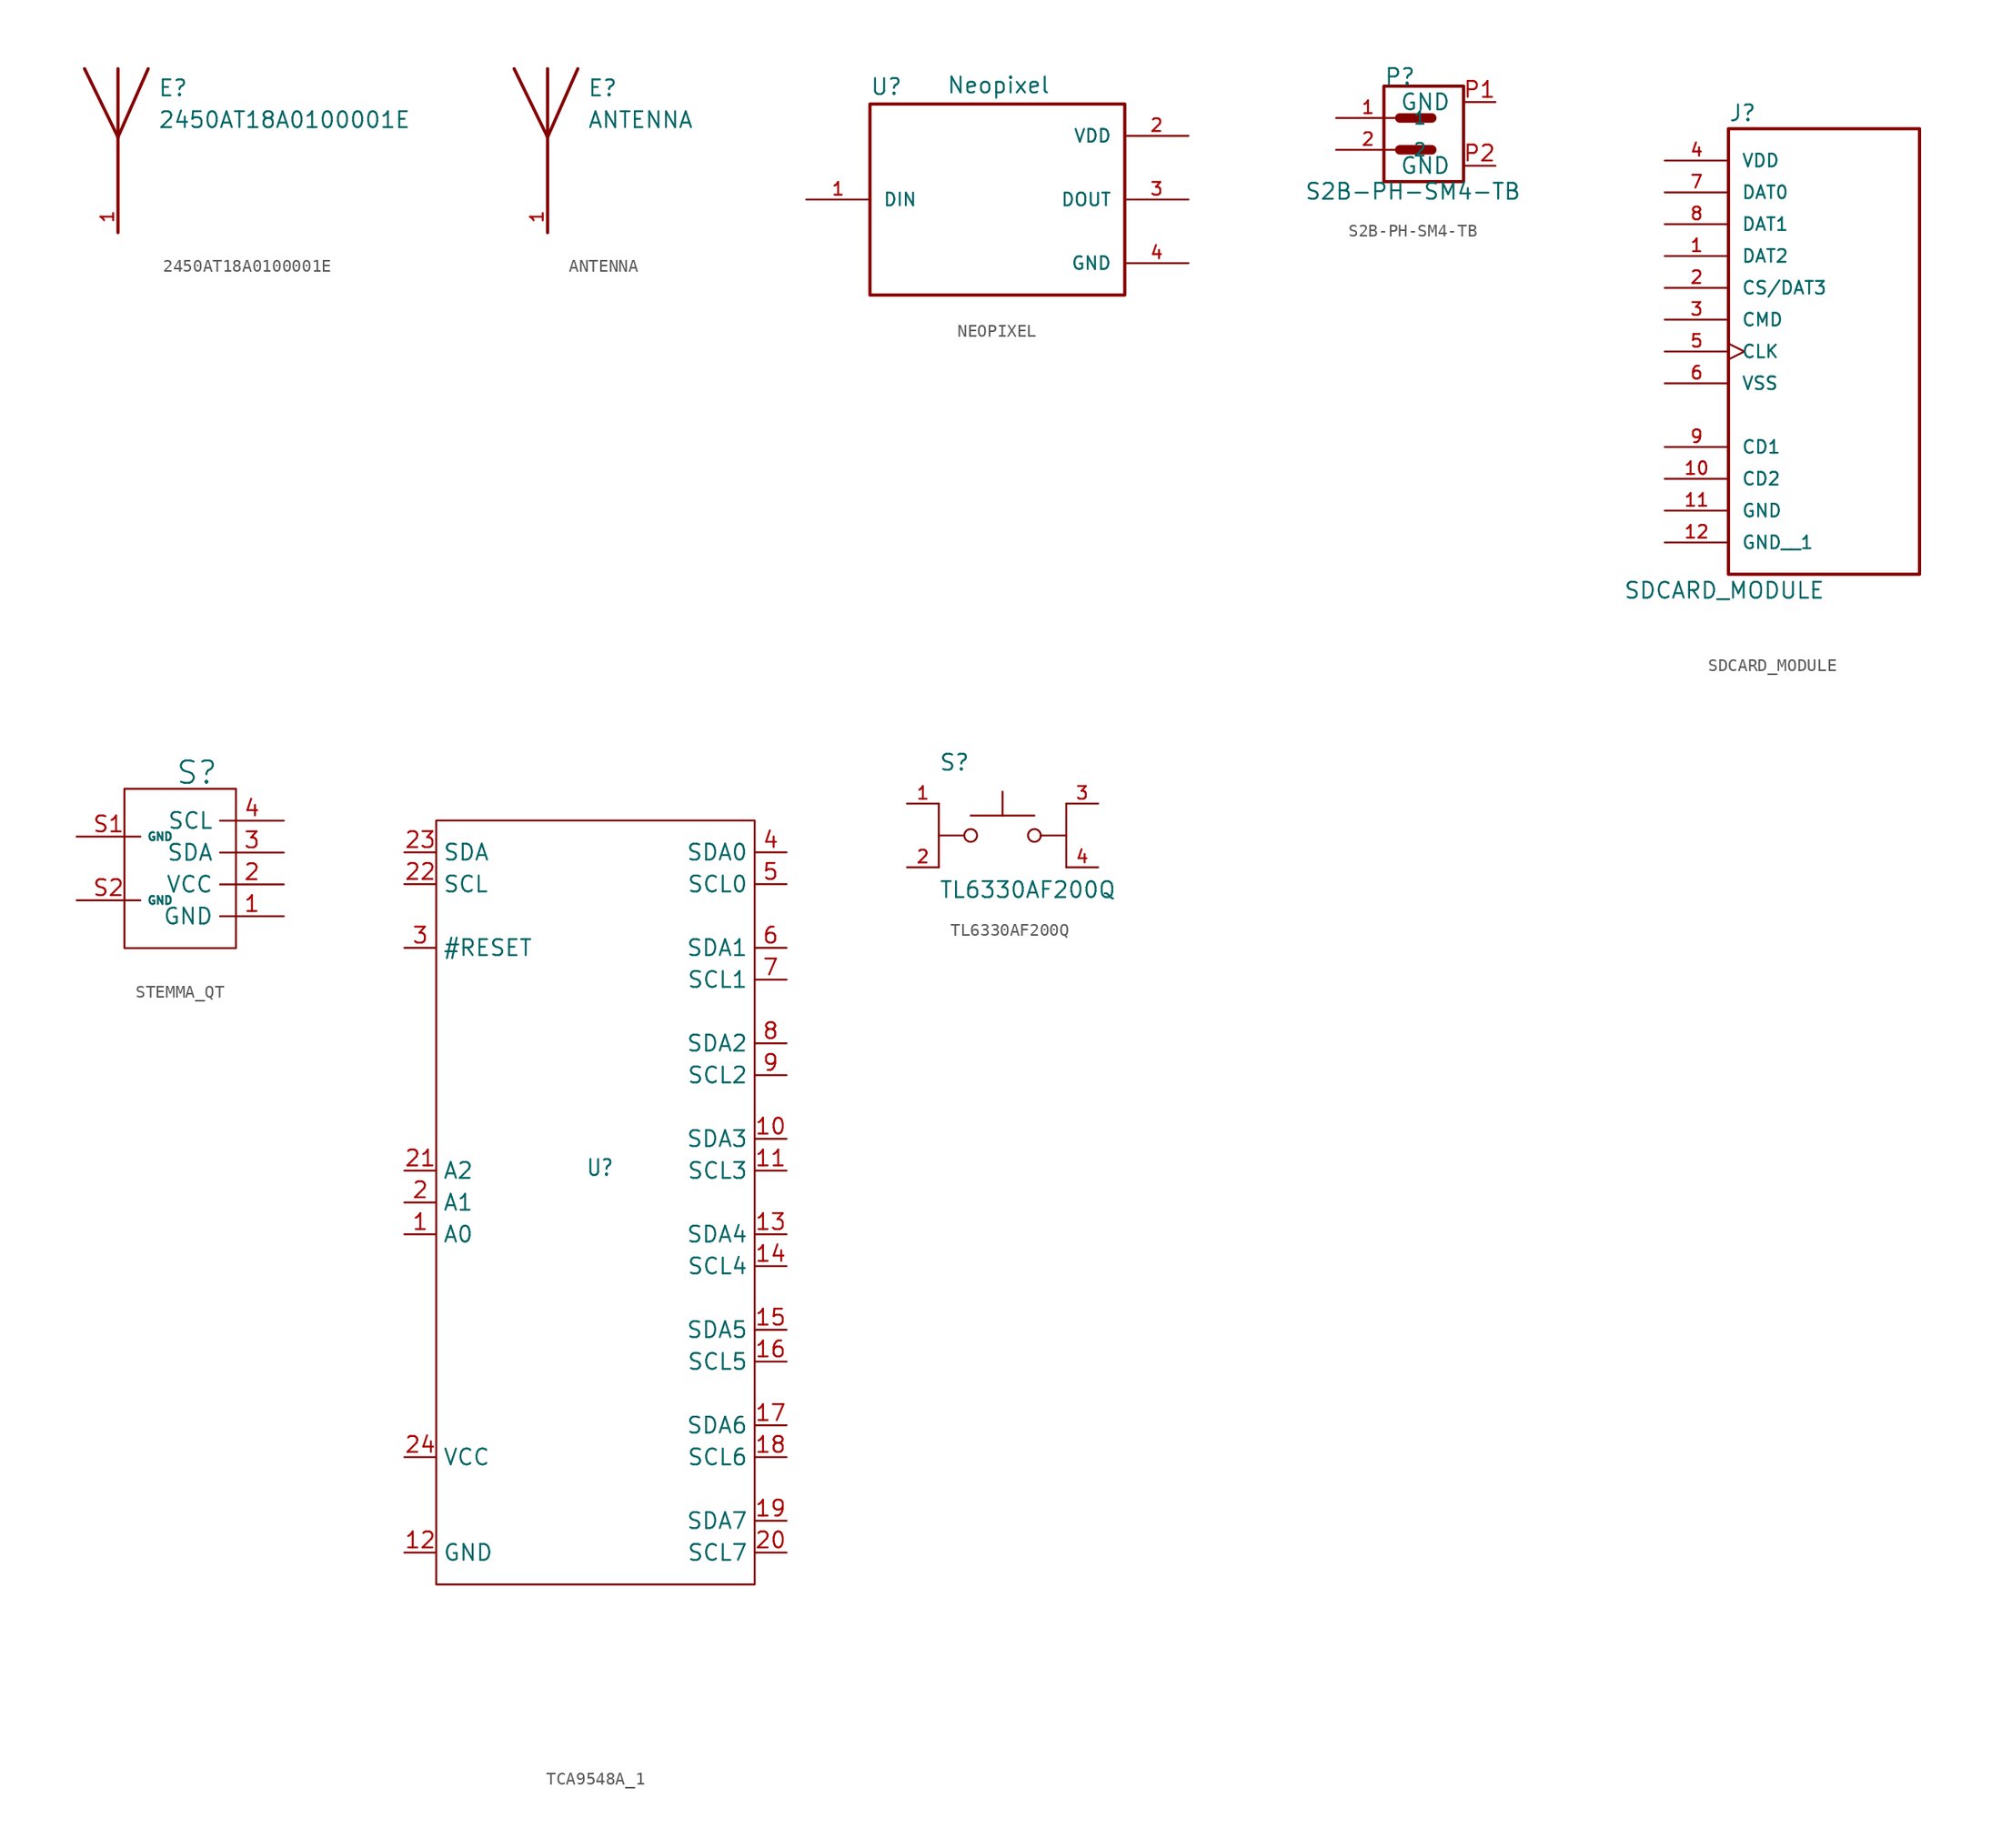
<source format=kicad_sym>
(kicad_symbol_lib
  (version 20241209)
  (generator "kicad_symbol_editor")
  (generator_version "9.0")
  (symbol "2450AT18A0100001E"
    (pin_names
      (offset 1.016))
    (property "Reference" "E"
      (at 3.175 5.715 0)
      (effects (font (size 1.27 1.27)) (justify left bottom)))
    (property "Value" "2450AT18A0100001E"
      (at 3.175 3.175 0)
      (effects (font (size 1.27 1.27)) (justify left bottom)))
    (symbol "2450AT18A0100001E_0_0"
      (polyline (pts (xy 0 8.001) (xy 0 2.54)) (stroke (width 0.254) (type default)) (fill (type none)))
      (polyline (pts (xy 0 2.54) (xy -2.667 8.001)) (stroke (width 0.254) (type default)) (fill (type none)))
      (polyline (pts (xy 0 2.54) (xy 0 -5.08)) (stroke (width 0.254) (type default)) (fill (type none)))
      (polyline (pts (xy 2.413 8.001) (xy 0 2.54)) (stroke (width 0.254) (type default)) (fill (type none)))
      (pin input line (at 0 -5.08 90) (length 2.54) (name "~" (effects (font (size 1.016 1.016)))) (number "1" (effects (font (size 1.016 1.016)))))))
  (symbol "ANTENNA"
    (pin_names
      (offset 1.016))
    (property "Reference" "E"
      (at 3.175 5.715 0)
      (effects (font (size 1.27 1.27)) (justify left bottom)))
    (property "Value" "ANTENNA"
      (at 3.175 3.175 0)
      (effects (font (size 1.27 1.27)) (justify left bottom)))
    (symbol "ANTENNA_0_0"
      (polyline (pts (xy 0 8.001) (xy 0 2.54)) (stroke (width 0.254) (type default)) (fill (type none)))
      (polyline (pts (xy 0 2.54) (xy -2.667 8.001)) (stroke (width 0.254) (type default)) (fill (type none)))
      (polyline (pts (xy 0 2.54) (xy 0 -5.08)) (stroke (width 0.254) (type default)) (fill (type none)))
      (polyline (pts (xy 2.413 8.001) (xy 0 2.54)) (stroke (width 0.254) (type default)) (fill (type none)))
      (pin input line (at 0 -5.08 90) (length 2.54) (name "~" (effects (font (size 1.016 1.016)))) (number "1" (effects (font (size 1.016 1.016)))))))
  (symbol "NEOPIXEL"
    (pin_names
      (offset 1.016))
    (property "Reference" "U"
      (at -10.16 8.255 0)
      (effects (font (size 1.27 1.27)) (justify left bottom)))
    (property "Value" "Neopixel"
      (at -4.064 8.382 0)
      (effects (font (size 1.27 1.27)) (justify left bottom)))
    (symbol "NEOPIXEL_0_0"
      (pin input line (at -15.24 0 0) (length 5.08) (name "DIN" (effects (font (size 1.016 1.016)))) (number "1" (effects (font (size 1.016 1.016)))))
      (pin power_in line (at 15.24 5.08 180) (length 5.08) (name "VDD" (effects (font (size 1.016 1.016)))) (number "2" (effects (font (size 1.016 1.016)))))
      (pin output line (at 15.24 0 180) (length 5.08) (name "DOUT" (effects (font (size 1.016 1.016)))) (number "3" (effects (font (size 1.016 1.016)))))
      (pin power_in line (at 15.24 -5.08 180) (length 5.08) (name "GND" (effects (font (size 1.016 1.016)))) (number "4" (effects (font (size 1.016 1.016))))))
    (symbol "NEOPIXEL_1_0"
      (rectangle (start -10.16 7.62) (end 10.16 -7.62) (stroke (width 0.254) (type default)) (fill (type none)))))
  (symbol "S2B-PH-SM4-TB"
    (pin_names
      (offset 1.016))
    (property "Reference" "P"
      (at -1.272 3.816 0)
      (effects (font (size 1.27 1.27)) (justify left bottom)))
    (property "Value" "S2B-PH-SM4-TB"
      (at -7.62 -5.334 0)
      (effects (font (size 1.27 1.27)) (justify left bottom)))
    (symbol "S2B-PH-SM4-TB_0_0"
      (polyline (pts (xy 0 1.27) (xy 2.54 1.27)) (stroke (width 0.762) (type default)) (fill (type none)))
      (polyline (pts (xy 0 -1.27) (xy 2.54 -1.27)) (stroke (width 0.762) (type default)) (fill (type none)))
      (pin passive line (at -5.08 1.27 0) (length 5.08) (name "1" (effects (font (size 1.016 1.016)))) (number "1" (effects (font (size 1.016 1.016)))))
      (pin passive line (at -5.08 -1.27 0) (length 5.08) (name "2" (effects (font (size 1.016 1.016)))) (number "2" (effects (font (size 1.016 1.016))))))
    (symbol "S2B-PH-SM4-TB_1_0"
      (rectangle (start -1.27 3.81) (end 5.08 -3.81) (stroke (width 0.254) (type solid)) (fill (type none))))
    (symbol "S2B-PH-SM4-TB_1_1"
      (pin power_in line (at 7.62 2.54 180) (length 2.54) (name "GND" (effects (font (size 1.27 1.27)))) (number "P1" (effects (font (size 1.27 1.27)))))
      (pin power_in line (at 7.62 -2.54 180) (length 2.54) (name "GND" (effects (font (size 1.27 1.27)))) (number "P2" (effects (font (size 1.27 1.27)))))))
  (symbol "SDCARD_MODULE"
    (pin_names
      (offset 1.016))
    (property "Reference" "J"
      (at 0 15.748 0)
      (effects (font (size 1.27 1.27)) (justify left bottom)))
    (property "Value" "SDCARD_MODULE"
      (at -8.382 -22.352 0)
      (effects (font (size 1.27 1.27)) (justify left bottom)))
    (symbol "SDCARD_MODULE_0_0"
      (pin power_in line (at -5.08 12.7 0) (length 5.08) (name "VDD" (effects (font (size 1.016 1.016)))) (number "4" (effects (font (size 1.016 1.016)))))
      (pin bidirectional line (at -5.08 10.16 0) (length 5.08) (name "DAT0" (effects (font (size 1.016 1.016)))) (number "7" (effects (font (size 1.016 1.016)))))
      (pin bidirectional line (at -5.08 7.62 0) (length 5.08) (name "DAT1" (effects (font (size 1.016 1.016)))) (number "8" (effects (font (size 1.016 1.016)))))
      (pin bidirectional line (at -5.08 5.08 0) (length 5.08) (name "DAT2" (effects (font (size 1.016 1.016)))) (number "1" (effects (font (size 1.016 1.016)))))
      (pin bidirectional line (at -5.08 0 0) (length 5.08) (name "CMD" (effects (font (size 1.016 1.016)))) (number "3" (effects (font (size 1.016 1.016)))))
      (pin bidirectional clock (at -5.08 -2.54 0) (length 5.08) (name "CLK" (effects (font (size 1.016 1.016)))) (number "5" (effects (font (size 1.016 1.016)))))
      (pin power_in line (at -5.08 -5.08 0) (length 5.08) (name "VSS" (effects (font (size 1.016 1.016)))) (number "6" (effects (font (size 1.016 1.016)))))
      (pin passive line (at -5.08 -10.16 0) (length 5.08) (name "CD1" (effects (font (size 1.016 1.016)))) (number "9" (effects (font (size 1.016 1.016)))))
      (pin passive line (at -5.08 -12.7 0) (length 5.08) (name "CD2" (effects (font (size 1.016 1.016)))) (number "10" (effects (font (size 1.016 1.016)))))
      (pin power_in line (at -5.08 -15.24 0) (length 5.08) (name "GND" (effects (font (size 1.016 1.016)))) (number "11" (effects (font (size 1.016 1.016)))))
      (pin power_in line (at -5.08 -17.78 0) (length 5.08) (name "GND__1" (effects (font (size 1.016 1.016)))) (number "12" (effects (font (size 1.016 1.016))))))
    (symbol "SDCARD_MODULE_1_0"
      (rectangle (start 0 15.24) (end 15.24 -20.32) (stroke (width 0.254) (type default)) (fill (type none)))
      (pin bidirectional line (at -5.08 2.54 0) (length 5.08) (name "CS/DAT3" (effects (font (size 1.016 1.016)))) (number "2" (effects (font (size 1.016 1.016)))))))
  (symbol "STEMMA_QT"
    (property "Reference" "S"
      (at -1.016 7.874 0)
      (effects (font (size 1.778 1.778)) (justify left bottom)))
    (property "Value" ""
      (at -5.08 -5.334 0)
      (effects (font (size 1.778 1.778)) (justify left top)))
    (symbol "STEMMA_QT_1_0"
      (pin passive line (at 7.62 5.08 180) (length 5.08) (name "SCL" (effects (font (size 1.27 1.27)))) (number "4" (effects (font (size 1.27 1.27)))))
      (pin passive line (at 7.62 2.54 180) (length 5.08) (name "SDA" (effects (font (size 1.27 1.27)))) (number "3" (effects (font (size 1.27 1.27)))))
      (pin power_in line (at 7.62 0 180) (length 5.08) (name "VCC" (effects (font (size 1.27 1.27)))) (number "2" (effects (font (size 1.27 1.27)))))
      (pin power_in line (at 7.62 -2.54 180) (length 5.08) (name "GND" (effects (font (size 1.27 1.27)))) (number "1" (effects (font (size 1.27 1.27))))))
    (symbol "STEMMA_QT_1_1"
      (rectangle (start -5.08 7.62) (end 3.81 -5.08) (stroke (width 0) (type default)) (fill (type none)))
      (pin power_in line (at -8.89 3.81 0) (length 5.08) (name "GND" (effects (font (size 0.635 0.635)))) (number "S1" (effects (font (size 1.27 1.27)))))
      (pin power_in line (at -8.89 -1.27 0) (length 5.08) (name "GND" (effects (font (size 0.635 0.635)))) (number "S2" (effects (font (size 1.27 1.27)))))))
  (symbol "TCA9548A_1"
    (property "Reference" "U"
      (at -0.762 2.032 0)
      (effects (font (size 1.27 1.079)) (justify left bottom)))
    (property "Value" ""
      (at -12.7 -38.1 0)
      (effects (font (size 1.27 1.079)) (justify left bottom)))
    (symbol "TCA9548A_1_1_0"
      (pin bidirectional line (at -15.24 27.94 0) (length 2.54) (name "SDA" (effects (font (size 1.27 1.27)))) (number "23" (effects (font (size 1.27 1.27)))))
      (pin bidirectional line (at -15.24 25.4 0) (length 2.54) (name "SCL" (effects (font (size 1.27 1.27)))) (number "22" (effects (font (size 1.27 1.27)))))
      (pin bidirectional line (at -15.24 20.32 0) (length 2.54) (name "#RESET" (effects (font (size 1.27 1.27)))) (number "3" (effects (font (size 1.27 1.27)))))
      (pin bidirectional line (at -15.24 2.54 0) (length 2.54) (name "A2" (effects (font (size 1.27 1.27)))) (number "21" (effects (font (size 1.27 1.27)))))
      (pin bidirectional line (at -15.24 0 0) (length 2.54) (name "A1" (effects (font (size 1.27 1.27)))) (number "2" (effects (font (size 1.27 1.27)))))
      (pin bidirectional line (at -15.24 -2.54 0) (length 2.54) (name "A0" (effects (font (size 1.27 1.27)))) (number "1" (effects (font (size 1.27 1.27)))))
      (pin bidirectional line (at -15.24 -20.32 0) (length 2.54) (name "VCC" (effects (font (size 1.27 1.27)))) (number "24" (effects (font (size 1.27 1.27)))))
      (pin bidirectional line (at -15.24 -27.94 0) (length 2.54) (name "GND" (effects (font (size 1.27 1.27)))) (number "12" (effects (font (size 1.27 1.27)))))
      (pin bidirectional line (at 15.24 27.94 180) (length 2.54) (name "SDA0" (effects (font (size 1.27 1.27)))) (number "4" (effects (font (size 1.27 1.27)))))
      (pin bidirectional line (at 15.24 25.4 180) (length 2.54) (name "SCL0" (effects (font (size 1.27 1.27)))) (number "5" (effects (font (size 1.27 1.27)))))
      (pin bidirectional line (at 15.24 20.32 180) (length 2.54) (name "SDA1" (effects (font (size 1.27 1.27)))) (number "6" (effects (font (size 1.27 1.27)))))
      (pin bidirectional line (at 15.24 17.78 180) (length 2.54) (name "SCL1" (effects (font (size 1.27 1.27)))) (number "7" (effects (font (size 1.27 1.27)))))
      (pin bidirectional line (at 15.24 12.7 180) (length 2.54) (name "SDA2" (effects (font (size 1.27 1.27)))) (number "8" (effects (font (size 1.27 1.27)))))
      (pin bidirectional line (at 15.24 10.16 180) (length 2.54) (name "SCL2" (effects (font (size 1.27 1.27)))) (number "9" (effects (font (size 1.27 1.27)))))
      (pin bidirectional line (at 15.24 5.08 180) (length 2.54) (name "SDA3" (effects (font (size 1.27 1.27)))) (number "10" (effects (font (size 1.27 1.27)))))
      (pin bidirectional line (at 15.24 2.54 180) (length 2.54) (name "SCL3" (effects (font (size 1.27 1.27)))) (number "11" (effects (font (size 1.27 1.27)))))
      (pin bidirectional line (at 15.24 -2.54 180) (length 2.54) (name "SDA4" (effects (font (size 1.27 1.27)))) (number "13" (effects (font (size 1.27 1.27)))))
      (pin bidirectional line (at 15.24 -5.08 180) (length 2.54) (name "SCL4" (effects (font (size 1.27 1.27)))) (number "14" (effects (font (size 1.27 1.27)))))
      (pin bidirectional line (at 15.24 -10.16 180) (length 2.54) (name "SDA5" (effects (font (size 1.27 1.27)))) (number "15" (effects (font (size 1.27 1.27)))))
      (pin bidirectional line (at 15.24 -12.7 180) (length 2.54) (name "SCL5" (effects (font (size 1.27 1.27)))) (number "16" (effects (font (size 1.27 1.27)))))
      (pin bidirectional line (at 15.24 -17.78 180) (length 2.54) (name "SDA6" (effects (font (size 1.27 1.27)))) (number "17" (effects (font (size 1.27 1.27)))))
      (pin bidirectional line (at 15.24 -20.32 180) (length 2.54) (name "SCL6" (effects (font (size 1.27 1.27)))) (number "18" (effects (font (size 1.27 1.27)))))
      (pin bidirectional line (at 15.24 -25.4 180) (length 2.54) (name "SDA7" (effects (font (size 1.27 1.27)))) (number "19" (effects (font (size 1.27 1.27)))))
      (pin bidirectional line (at 15.24 -27.94 180) (length 2.54) (name "SCL7" (effects (font (size 1.27 1.27)))) (number "20" (effects (font (size 1.27 1.27))))))
    (symbol "TCA9548A_1_1_1"
      (rectangle (start -12.7 30.48) (end 12.7 -30.48) (stroke (width 0) (type default)) (fill (type none)))))
  (symbol "TL6330AF200Q"
    (pin_names
      (offset 1.016))
    (property "Reference" "S"
      (at -5.08 5.08 0)
      (effects (font (size 1.27 1.27)) (justify left bottom)))
    (property "Value" "TL6330AF200Q"
      (at -5.08 -5.08 0)
      (effects (font (size 1.27 1.27)) (justify left bottom)))
    (symbol "TL6330AF200Q_0_0"
      (polyline (pts (xy -5.08 2.54) (xy -5.08 -2.54)) (stroke (width 0.152) (type default)) (fill (type none)))
      (polyline (pts (xy -5.08 0) (xy -3.048 0)) (stroke (width 0.152) (type default)) (fill (type none)))
      (polyline (pts (xy -2.54 1.587) (xy 0 1.587)) (stroke (width 0.152) (type default)) (fill (type none)))
      (circle (center -2.54 0) (radius 0.508) (stroke (width 0.152) (type default)) (fill (type none)))
      (polyline (pts (xy 0 1.587) (xy 0 3.493)) (stroke (width 0.152) (type default)) (fill (type none)))
      (polyline (pts (xy 0 1.587) (xy 2.54 1.587)) (stroke (width 0.152) (type default)) (fill (type none)))
      (circle (center 2.54 0) (radius 0.508) (stroke (width 0.152) (type default)) (fill (type none)))
      (polyline (pts (xy 5.08 2.54) (xy 5.08 -2.54)) (stroke (width 0.152) (type default)) (fill (type none)))
      (polyline (pts (xy 5.08 0) (xy 3.048 0)) (stroke (width 0.152) (type default)) (fill (type none)))
      (pin passive line (at -7.62 2.54 0) (length 2.54) (name "~" (effects (font (size 1.016 1.016)))) (number "1" (effects (font (size 1.016 1.016)))))
      (pin passive line (at -7.62 -2.54 0) (length 2.54) (name "~" (effects (font (size 1.016 1.016)))) (number "2" (effects (font (size 1.016 1.016)))))
      (pin passive line (at 7.62 2.54 180) (length 2.54) (name "~" (effects (font (size 1.016 1.016)))) (number "3" (effects (font (size 1.016 1.016)))))
      (pin passive line (at 7.62 -2.54 180) (length 2.54) (name "~" (effects (font (size 1.016 1.016)))) (number "4" (effects (font (size 1.016 1.016))))))))
</source>
